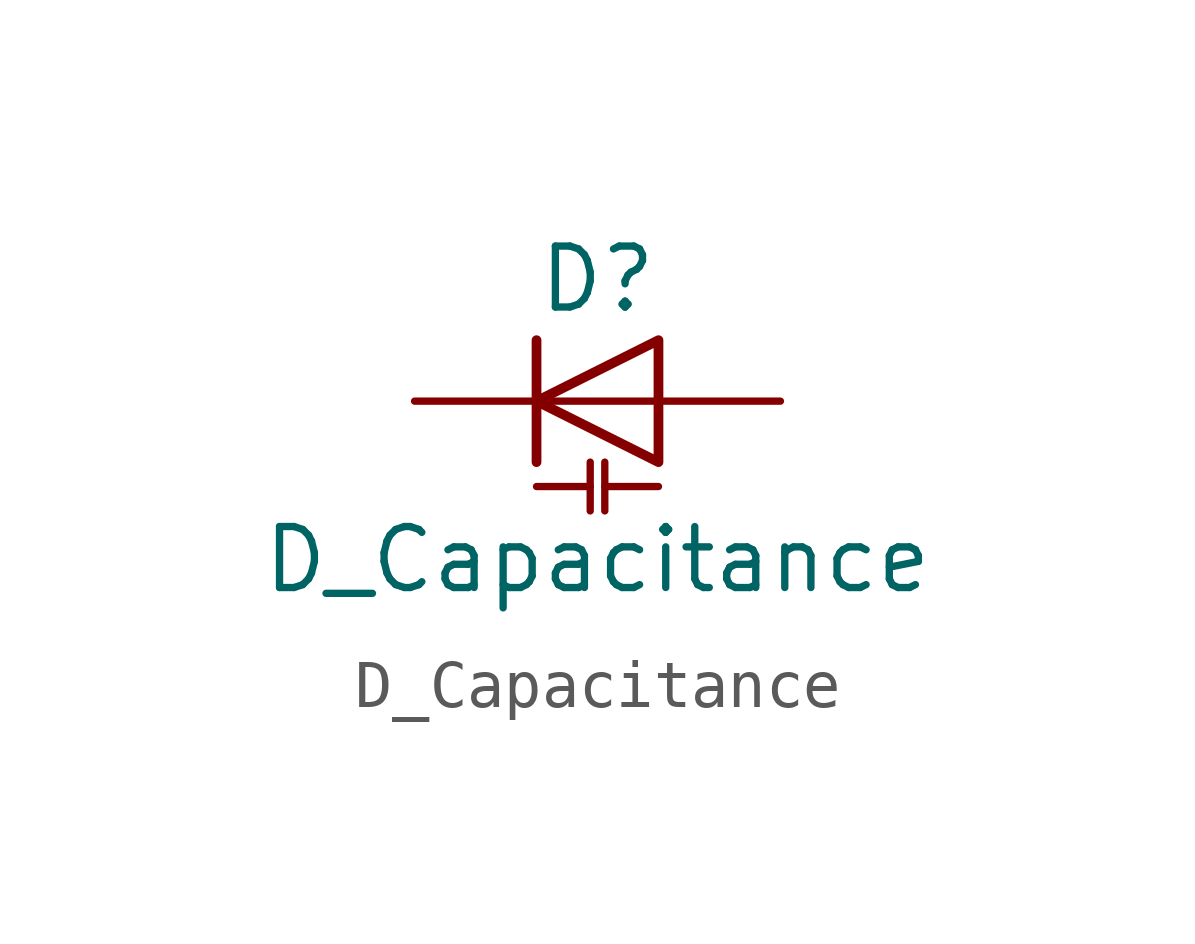
<source format=kicad_sym>
(kicad_symbol_lib
  (version 20211014)
  (generator kicad_symbol_editor)
  (symbol "D_Capacitance"
    (pin_numbers hide)
    (pin_names
      (offset 1.016) hide)
    (property "Reference" "D"
      (at 0 2.54 0)
      (effects (font (size 1.27 1.27))))
    (property "Value" "D_Capacitance"
      (at 0 -3.302 0)
      (effects (font (size 1.27 1.27))))
    (symbol "D_Capacitance_0_1"
      (polyline (pts (xy -1.27 -1.778) (xy -0.152 -1.778)) (stroke (width 0) (type default) (color 0 0 0 0)) (fill (type none)))
      (polyline (pts (xy -1.27 0) (xy 1.27 0)) (stroke (width 0) (type default) (color 0 0 0 0)) (fill (type none)))
      (polyline (pts (xy -1.27 1.27) (xy -1.27 -1.27)) (stroke (width 0.203) (type default) (color 0 0 0 0)) (fill (type none)))
      (polyline (pts (xy -0.152 -1.27) (xy -0.152 -2.286)) (stroke (width 0) (type default) (color 0 0 0 0)) (fill (type none)))
      (polyline (pts (xy 0.152 -1.778) (xy 1.27 -1.778)) (stroke (width 0) (type default) (color 0 0 0 0)) (fill (type none)))
      (polyline (pts (xy 0.152 -1.27) (xy 0.152 -2.286)) (stroke (width 0) (type default) (color 0 0 0 0)) (fill (type none)))
      (polyline (pts (xy 1.27 1.27) (xy 1.27 -1.27) (xy -1.27 0) (xy 1.27 1.27)) (stroke (width 0.203) (type default) (color 0 0 0 0)) (fill (type none))))
    (symbol "D_Capacitance_1_1"
      (pin passive line (at -3.81 0 0) (length 2.54) (name "K" (effects (font (size 1.27 1.27)))) (number "1" (effects (font (size 1.27 1.27)))))
      (pin passive line (at 3.81 0 180) (length 2.54) (name "A" (effects (font (size 1.27 1.27)))) (number "2" (effects (font (size 1.27 1.27))))))))
</source>
